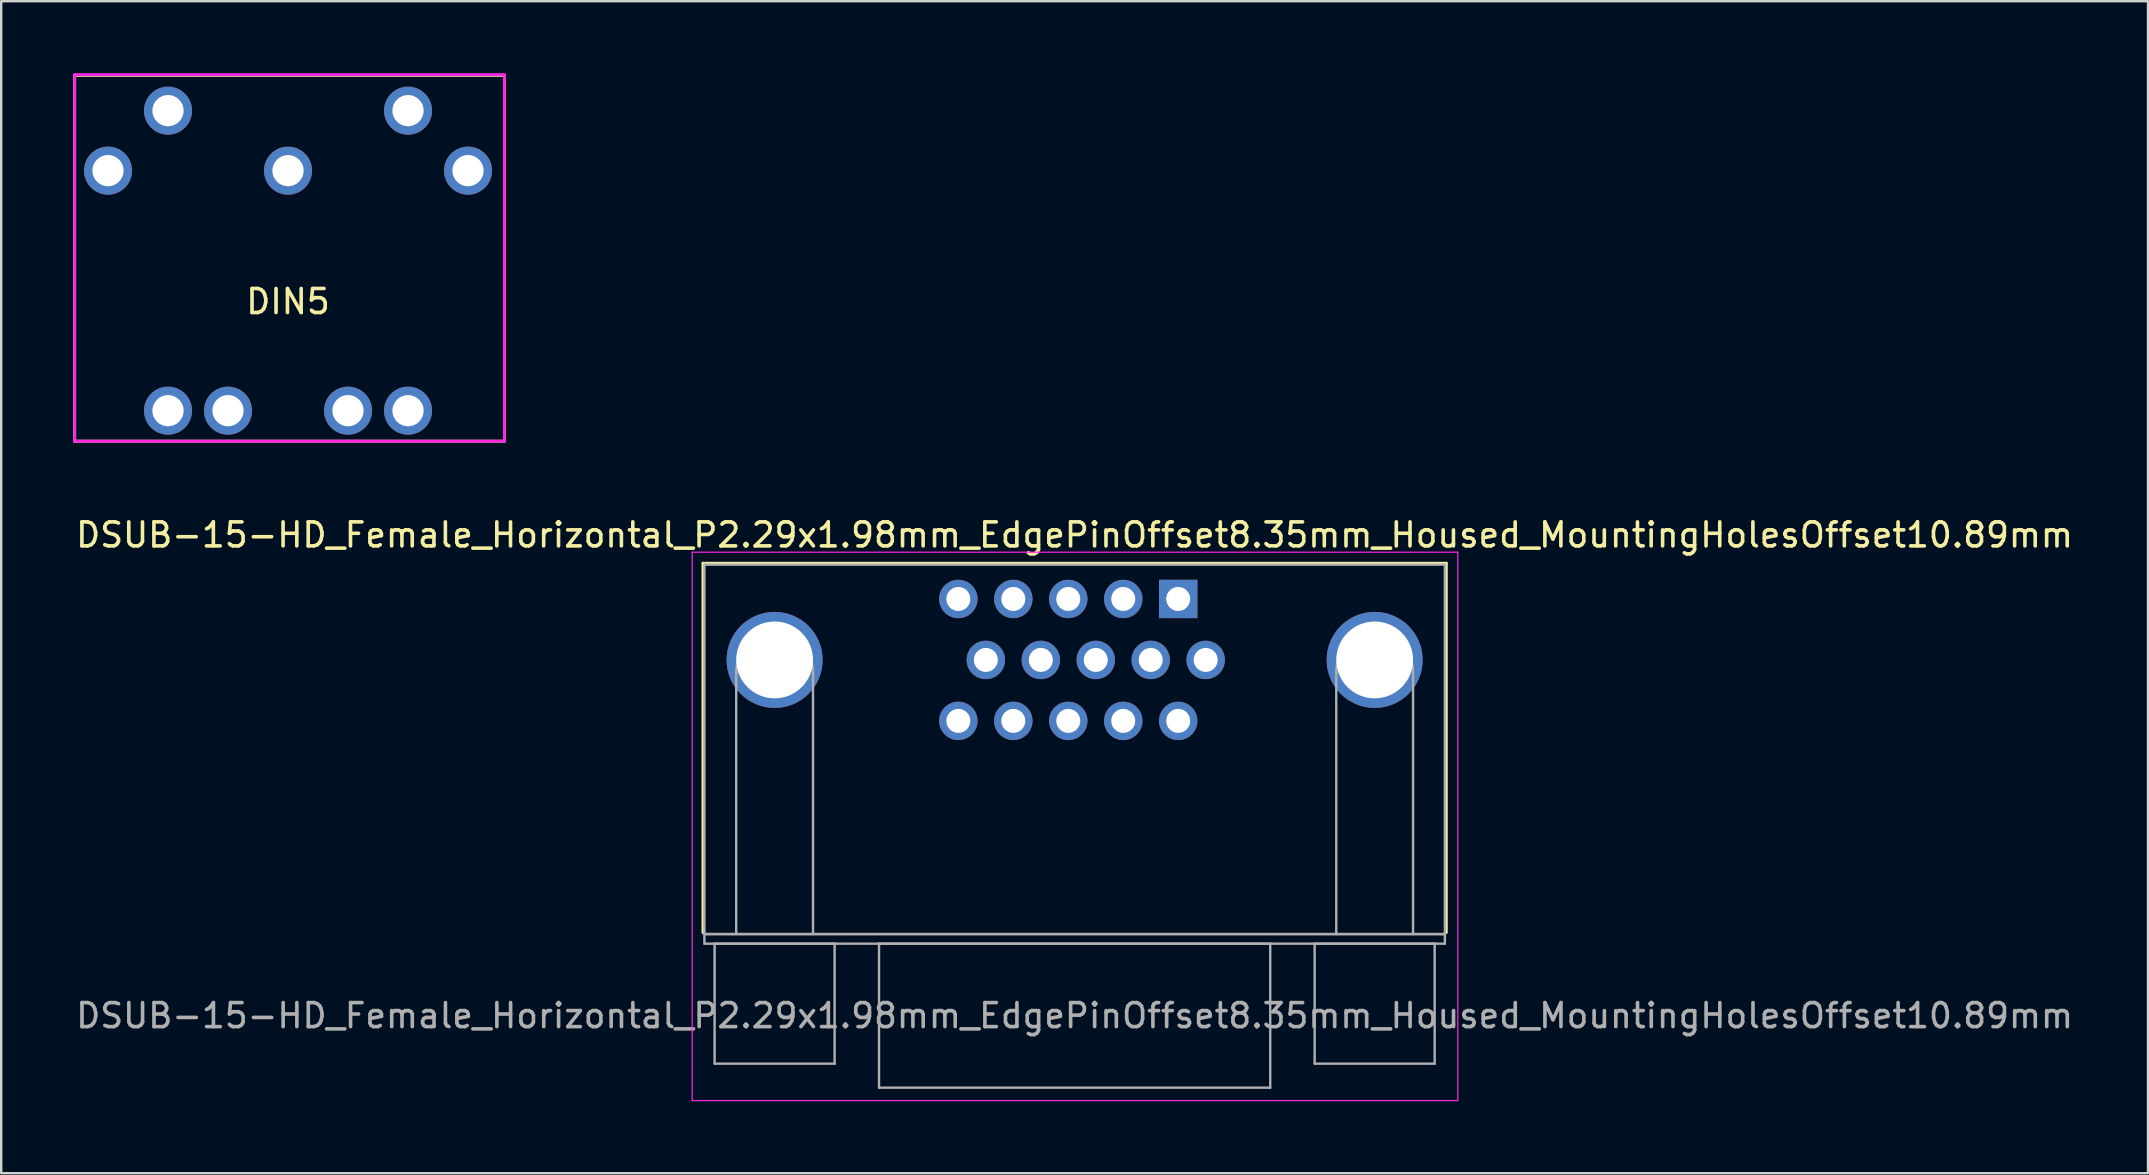
<source format=kicad_pcb>
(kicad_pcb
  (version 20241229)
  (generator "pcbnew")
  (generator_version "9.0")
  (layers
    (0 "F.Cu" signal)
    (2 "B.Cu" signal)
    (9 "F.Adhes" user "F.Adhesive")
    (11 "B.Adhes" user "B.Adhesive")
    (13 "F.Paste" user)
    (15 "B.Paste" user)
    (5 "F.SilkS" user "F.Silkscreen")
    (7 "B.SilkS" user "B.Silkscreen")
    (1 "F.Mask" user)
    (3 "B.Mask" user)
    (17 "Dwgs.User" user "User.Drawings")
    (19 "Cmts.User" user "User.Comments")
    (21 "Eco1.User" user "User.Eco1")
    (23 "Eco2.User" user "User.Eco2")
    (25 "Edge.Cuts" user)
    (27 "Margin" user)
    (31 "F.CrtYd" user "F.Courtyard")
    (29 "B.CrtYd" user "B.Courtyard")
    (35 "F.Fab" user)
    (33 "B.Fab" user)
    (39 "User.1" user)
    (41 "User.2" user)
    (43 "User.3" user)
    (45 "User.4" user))
  (footprint "DIN5"
    (layer "F.Cu")
    (at 8.95 14.06)
    (property "Reference" "DIN5" (at 0 -4.545 0) (layer "F.SilkS") (effects (font (size 1 1) (thickness 0.15))))
    (attr through_hole)
    (fp_line (start -8.89 -13.97) (end 9.017 -13.97) (stroke (width 0.12) (type solid)) (layer "F.SilkS"))
    (fp_line (start -8.89 1.27) (end -8.89 -13.97) (stroke (width 0.12) (type solid)) (layer "F.SilkS"))
    (fp_line (start 9.017 -13.97) (end 9.017 1.27) (stroke (width 0.12) (type solid)) (layer "F.SilkS"))
    (fp_line (start 9.017 1.27) (end -8.89 1.27) (stroke (width 0.12) (type solid)) (layer "F.SilkS"))
    (fp_line (start -8.89 -14) (end 9.017 -14) (stroke (width 0.12) (type solid)) (layer "F.CrtYd"))
    (fp_line (start -8.89 1.27) (end -8.89 -14) (stroke (width 0.12) (type solid)) (layer "F.CrtYd"))
    (fp_line (start 9.017 -13.97) (end 9.017 1.27) (stroke (width 0.12) (type solid)) (layer "F.CrtYd"))
    (fp_line (start 9.017 1.27) (end -8.89 1.27) (stroke (width 0.12) (type solid)) (layer "F.CrtYd"))
    (pad "0" thru_hole circle (at -5 0) (size 2 2) (drill 1.3) (layers "*.Cu" "*.Mask"))
    (pad "0" thru_hole circle (at -2.5 0) (size 2 2) (drill 1.3) (layers "*.Cu" "*.Mask"))
    (pad "0" thru_hole circle (at 2.5 0) (size 2 2) (drill 1.3) (layers "*.Cu" "*.Mask"))
    (pad "0" thru_hole circle (at 5 0) (size 2 2) (drill 1.3) (layers "*.Cu" "*.Mask"))
    (pad "1" thru_hole circle (at 7.5 -10) (size 2 2) (drill 1.3) (layers "*.Cu" "*.Mask"))
    (pad "2" thru_hole circle (at 0 -10) (size 2 2) (drill 1.3) (layers "*.Cu" "*.Mask"))
    (pad "3" thru_hole circle (at -7.5 -10) (size 2 2) (drill 1.3) (layers "*.Cu" "*.Mask"))
    (pad "4" thru_hole circle (at 5 -12.5) (size 2 2) (drill 1.3) (layers "*.Cu" "*.Mask"))
    (pad "5" thru_hole circle (at -5 -12.5) (size 2 2) (drill 1.3) (layers "*.Cu" "*.Mask")))
  (footprint "DSUB-15-HD_Female_Horizontal_P2.29x1.98mm_EdgePinOffset8.35mm_Housed_MountingHolesOffset10.89mm"
    (layer "F.Cu")
    (at 41.466 35.875)
    (property "Reference" "DSUB-15-HD_Female_Horizontal_P2.29x1.98mm_EdgePinOffset8.35mm_Housed_MountingHolesOffset10.89mm" (at 0.254 -16.637 0) (layer "F.SilkS") (effects (font (size 1 1) (thickness 0.15))))
    (attr through_hole)
    (fp_line (start -15.228 -15.459) (end 15.742 -15.459) (stroke (width 0.12) (type solid)) (layer "F.SilkS"))
    (fp_line (start -15.228 -0.069) (end -15.228 -15.459) (stroke (width 0.12) (type solid)) (layer "F.SilkS"))
    (fp_line (start 15.742 -15.459) (end 15.742 -0.069) (stroke (width 0.12) (type solid)) (layer "F.SilkS"))
    (fp_line (start -15.678 -15.919) (end -15.678 6.931) (stroke (width 0.05) (type solid)) (layer "F.CrtYd"))
    (fp_line (start -15.678 6.931) (end 16.222 6.931) (stroke (width 0.05) (type solid)) (layer "F.CrtYd"))
    (fp_line (start 16.222 -15.919) (end -15.678 -15.919) (stroke (width 0.05) (type solid)) (layer "F.CrtYd"))
    (fp_line (start 16.222 6.931) (end 16.222 -15.919) (stroke (width 0.05) (type solid)) (layer "F.CrtYd"))
    (fp_line (start -15.168 -15.399) (end -15.168 -0.009) (stroke (width 0.1) (type solid)) (layer "F.Fab"))
    (fp_line (start -15.168 -0.009) (end -15.168 0.391) (stroke (width 0.1) (type solid)) (layer "F.Fab"))
    (fp_line (start -15.168 -0.009) (end 15.682 -0.009) (stroke (width 0.1) (type solid)) (layer "F.Fab"))
    (fp_line (start -15.168 0.391) (end 15.682 0.391) (stroke (width 0.1) (type solid)) (layer "F.Fab"))
    (fp_line (start -14.743 0.391) (end -14.743 5.391) (stroke (width 0.1) (type solid)) (layer "F.Fab"))
    (fp_line (start -14.743 5.391) (end -9.743 5.391) (stroke (width 0.1) (type solid)) (layer "F.Fab"))
    (fp_line (start -13.843 -0.009) (end -13.843 -10.899) (stroke (width 0.1) (type solid)) (layer "F.Fab"))
    (fp_line (start -10.643 -0.009) (end -10.643 -10.899) (stroke (width 0.1) (type solid)) (layer "F.Fab"))
    (fp_line (start -9.743 0.391) (end -14.743 0.391) (stroke (width 0.1) (type solid)) (layer "F.Fab"))
    (fp_line (start -9.743 5.391) (end -9.743 0.391) (stroke (width 0.1) (type solid)) (layer "F.Fab"))
    (fp_line (start -7.893 0.391) (end -7.893 6.391) (stroke (width 0.1) (type solid)) (layer "F.Fab"))
    (fp_line (start -7.893 6.391) (end 8.407 6.391) (stroke (width 0.1) (type solid)) (layer "F.Fab"))
    (fp_line (start 8.407 0.391) (end -7.893 0.391) (stroke (width 0.1) (type solid)) (layer "F.Fab"))
    (fp_line (start 8.407 6.391) (end 8.407 0.391) (stroke (width 0.1) (type solid)) (layer "F.Fab"))
    (fp_line (start 10.257 0.391) (end 10.257 5.391) (stroke (width 0.1) (type solid)) (layer "F.Fab"))
    (fp_line (start 10.257 5.391) (end 15.257 5.391) (stroke (width 0.1) (type solid)) (layer "F.Fab"))
    (fp_line (start 11.157 -0.009) (end 11.157 -10.899) (stroke (width 0.1) (type solid)) (layer "F.Fab"))
    (fp_line (start 14.357 -0.009) (end 14.357 -10.899) (stroke (width 0.1) (type solid)) (layer "F.Fab"))
    (fp_line (start 15.257 0.391) (end 10.257 0.391) (stroke (width 0.1) (type solid)) (layer "F.Fab"))
    (fp_line (start 15.257 5.391) (end 15.257 0.391) (stroke (width 0.1) (type solid)) (layer "F.Fab"))
    (fp_line (start 15.682 -15.399) (end -15.168 -15.399) (stroke (width 0.1) (type solid)) (layer "F.Fab"))
    (fp_line (start 15.682 -0.009) (end -15.168 -0.009) (stroke (width 0.1) (type solid)) (layer "F.Fab"))
    (fp_line (start 15.682 -0.009) (end 15.682 -15.399) (stroke (width 0.1) (type solid)) (layer "F.Fab"))
    (fp_line (start 15.682 0.391) (end 15.682 -0.009) (stroke (width 0.1) (type solid)) (layer "F.Fab"))
    (fp_arc (start -13.843 -10.899) (mid -12.243 -12.499) (end -10.643 -10.899) (stroke (width 0.1) (type solid)) (layer "F.Fab"))
    (fp_arc (start 11.157 -10.899) (mid 12.757 -12.499) (end 14.357 -10.899) (stroke (width 0.1) (type solid)) (layer "F.Fab"))
    (fp_text user "${REFERENCE}" (at 0.257 3.391 0) (layer "F.Fab") (effects (font (size 1 1) (thickness 0.15))))
    (pad "0" thru_hole circle (at -12.243 -11.43) (size 4 4) (drill 3.2) (layers "*.Cu" "*.Mask"))
    (pad "0" thru_hole circle (at 12.757 -11.43) (size 4 4) (drill 3.2) (layers "*.Cu" "*.Mask"))
    (pad "1" thru_hole rect (at 4.572 -13.97 90) (size 1.6 1.6) (drill 1) (layers "*.Cu" "*.Mask"))
    (pad "2" thru_hole circle (at 2.282 -13.97) (size 1.6 1.6) (drill 1) (layers "*.Cu" "*.Mask"))
    (pad "3" thru_hole circle (at -0.008 -13.97) (size 1.6 1.6) (drill 1) (layers "*.Cu" "*.Mask"))
    (pad "4" thru_hole circle (at -2.298 -13.97) (size 1.6 1.6) (drill 1) (layers "*.Cu" "*.Mask"))
    (pad "5" thru_hole circle (at -4.588 -13.97) (size 1.6 1.6) (drill 1) (layers "*.Cu" "*.Mask"))
    (pad "6" thru_hole circle (at 5.717 -11.43) (size 1.6 1.6) (drill 1) (layers "*.Cu" "*.Mask"))
    (pad "7" thru_hole circle (at 3.427 -11.43) (size 1.6 1.6) (drill 1) (layers "*.Cu" "*.Mask"))
    (pad "8" thru_hole circle (at 1.137 -11.43) (size 1.6 1.6) (drill 1) (layers "*.Cu" "*.Mask"))
    (pad "9" thru_hole circle (at -1.153 -11.43) (size 1.6 1.6) (drill 1) (layers "*.Cu" "*.Mask"))
    (pad "10" thru_hole circle (at -3.443 -11.43) (size 1.6 1.6) (drill 1) (layers "*.Cu" "*.Mask"))
    (pad "11" thru_hole circle (at 4.572 -8.89) (size 1.6 1.6) (drill 1) (layers "*.Cu" "*.Mask"))
    (pad "12" thru_hole circle (at 2.282 -8.89) (size 1.6 1.6) (drill 1) (layers "*.Cu" "*.Mask"))
    (pad "13" thru_hole circle (at -0.008 -8.89) (size 1.6 1.6) (drill 1) (layers "*.Cu" "*.Mask"))
    (pad "14" thru_hole circle (at -2.298 -8.89) (size 1.6 1.6) (drill 1) (layers "*.Cu" "*.Mask"))
    (pad "15" thru_hole circle (at -4.588 -8.89) (size 1.6 1.6) (drill 1) (layers "*.Cu" "*.Mask")))
  (gr_rect
    (start -3 -3)
    (end 86.443 45.831)
    (stroke (width 0.1) (type default))
    (fill no)
    (layer "Edge.Cuts")))
</source>
